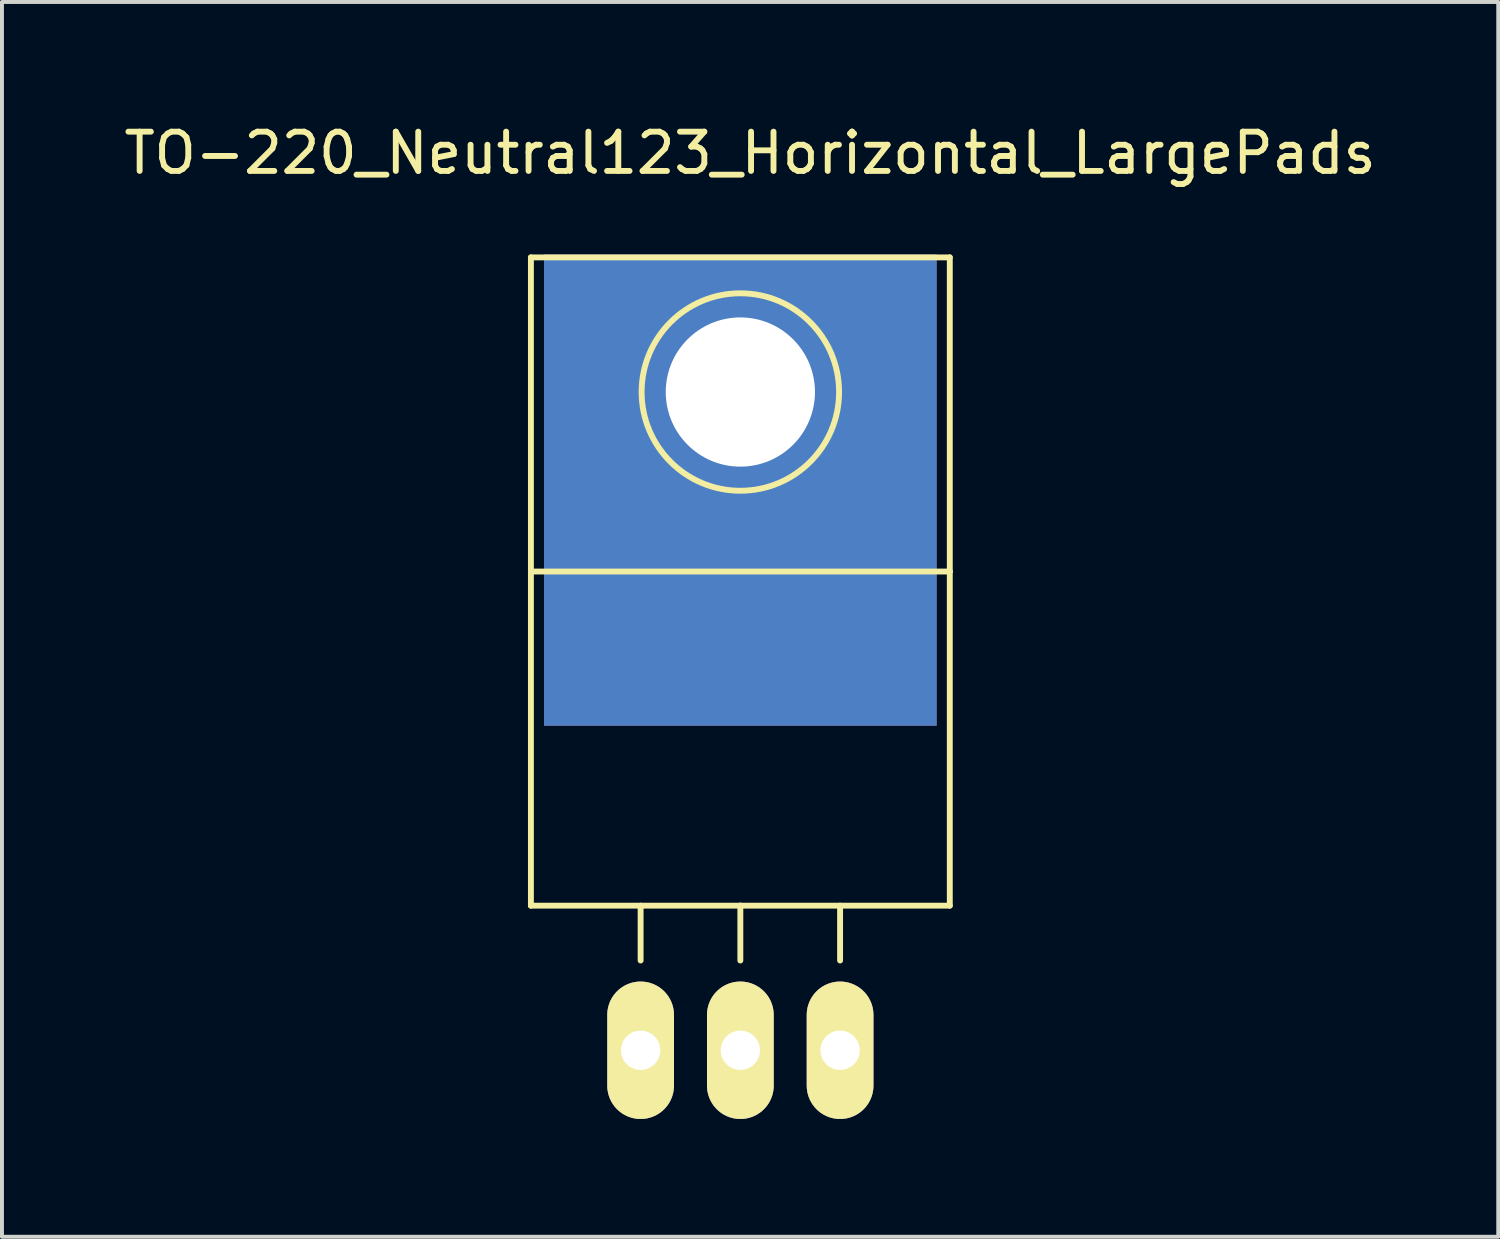
<source format=kicad_pcb>
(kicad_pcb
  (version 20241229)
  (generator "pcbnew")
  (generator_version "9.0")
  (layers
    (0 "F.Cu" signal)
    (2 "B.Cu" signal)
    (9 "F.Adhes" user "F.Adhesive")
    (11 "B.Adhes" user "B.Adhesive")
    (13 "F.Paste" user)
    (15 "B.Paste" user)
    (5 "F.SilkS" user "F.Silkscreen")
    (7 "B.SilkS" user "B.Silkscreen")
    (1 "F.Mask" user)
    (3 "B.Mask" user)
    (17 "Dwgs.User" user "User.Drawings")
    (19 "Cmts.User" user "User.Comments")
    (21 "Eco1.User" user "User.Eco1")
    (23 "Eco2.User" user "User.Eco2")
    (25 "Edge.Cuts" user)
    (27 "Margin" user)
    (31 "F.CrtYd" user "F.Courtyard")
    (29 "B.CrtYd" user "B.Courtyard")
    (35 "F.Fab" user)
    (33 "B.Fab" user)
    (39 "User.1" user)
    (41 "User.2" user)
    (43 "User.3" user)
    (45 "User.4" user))
  (footprint "TO-220_Neutral123_Horizontal_LargePads"
    (layer "F.Cu")
    (at 15.805 23.698)
    (property "Reference" "TO-220_Neutral123_Horizontal_LargePads" (at 0.249 -22.85 0) (layer "F.SilkS") (effects (font (size 1 1) (thickness 0.15))))
    (attr through_hole)
    (fp_line (start -5.334 -20.193) (end -5.334 -12.192) (stroke (width 0.15) (type solid)) (layer "F.SilkS"))
    (fp_line (start -5.334 -12.192) (end -5.334 -3.683) (stroke (width 0.15) (type solid)) (layer "F.SilkS"))
    (fp_line (start -2.54 -3.683) (end -2.54 -2.286) (stroke (width 0.15) (type solid)) (layer "F.SilkS"))
    (fp_line (start 0 -3.683) (end -5.334 -3.683) (stroke (width 0.15) (type solid)) (layer "F.SilkS"))
    (fp_line (start 0 -3.683) (end 0 -2.286) (stroke (width 0.15) (type solid)) (layer "F.SilkS"))
    (fp_line (start 0 -3.683) (end 5.334 -3.683) (stroke (width 0.15) (type solid)) (layer "F.SilkS"))
    (fp_line (start 2.54 -3.683) (end 2.54 -2.286) (stroke (width 0.15) (type solid)) (layer "F.SilkS"))
    (fp_line (start 5.334 -20.193) (end -5.334 -20.193) (stroke (width 0.15) (type solid)) (layer "F.SilkS"))
    (fp_line (start 5.334 -12.192) (end -5.334 -12.192) (stroke (width 0.15) (type solid)) (layer "F.SilkS"))
    (fp_line (start 5.334 -12.192) (end 5.334 -20.193) (stroke (width 0.15) (type solid)) (layer "F.SilkS"))
    (fp_line (start 5.334 -3.683) (end 5.334 -12.192) (stroke (width 0.15) (type solid)) (layer "F.SilkS"))
    (fp_circle (center 0 -16.764) (end 1.778 -14.986) (stroke (width 0.15) (type solid)) (fill no) (layer "F.SilkS"))
    (pad "1" thru_hole oval (at -2.54 0 90) (size 3.5 1.699) (drill 1.001) (layers "*.Cu" "*.Mask" "F.SilkS"))
    (pad "2" thru_hole rect (at 0 -16.764 90) (size 12 10) (drill 3.8 (offset -2.5 0)) (layers "*.Cu" "*.Mask"))
    (pad "2" thru_hole oval (at 0 0 90) (size 3.5 1.699) (drill 1.001) (layers "*.Cu" "*.Mask" "F.SilkS"))
    (pad "3" thru_hole oval (at 2.54 0 90) (size 3.5 1.699) (drill 1.001) (layers "*.Cu" "*.Mask" "F.SilkS")))
  (gr_rect
    (start -3 -3)
    (end 35.107 28.448)
    (stroke (width 0.1) (type default))
    (fill no)
    (layer "Edge.Cuts")))
</source>
